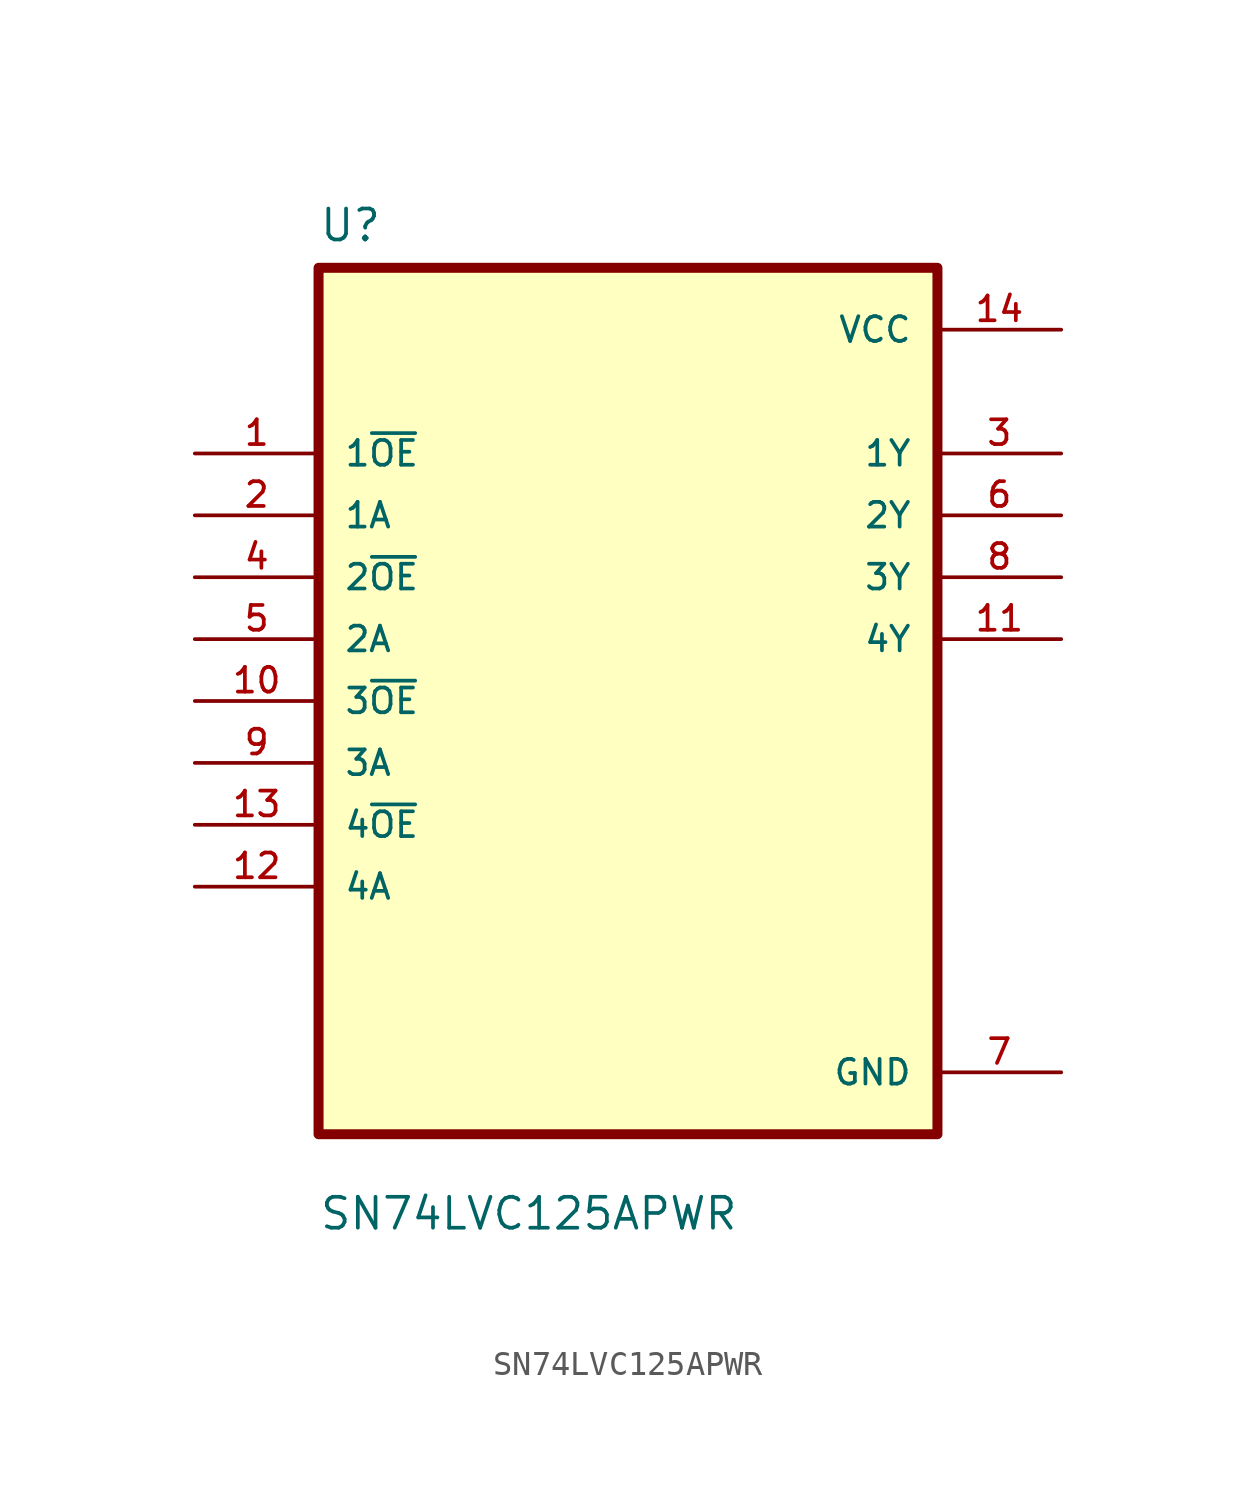
<source format=kicad_sym>
(kicad_symbol_lib
  (version 20211014)
  (generator kicad_symbol_editor)
  (symbol "SN74LVC125APWR"
    (pin_names
      (offset 1.016))
    (property "Reference" "U"
      (at -12.7 18.78 0.0)
      (effects (font (size 1.27 1.27)) (justify bottom left)))
    (property "Value" "SN74LVC125APWR"
      (at -12.7 -21.78 0.0)
      (effects (font (size 1.27 1.27)) (justify bottom left)))
    (symbol "SN74LVC125APWR_0_0"
      (rectangle (start -12.7 -17.78) (end 12.7 17.78) (stroke (width 0.41)) (fill (type background)))
      (pin input line (at -17.78 10.16 0) (length 5.08) (name "1~{OE}" (effects (font (size 1.016 1.016)))) (number "1" (effects (font (size 1.016 1.016)))))
      (pin input line (at -17.78 7.62 0) (length 5.08) (name "1A" (effects (font (size 1.016 1.016)))) (number "2" (effects (font (size 1.016 1.016)))))
      (pin input line (at -17.78 5.08 0) (length 5.08) (name "2~{OE}" (effects (font (size 1.016 1.016)))) (number "4" (effects (font (size 1.016 1.016)))))
      (pin input line (at -17.78 2.54 0) (length 5.08) (name "2A" (effects (font (size 1.016 1.016)))) (number "5" (effects (font (size 1.016 1.016)))))
      (pin input line (at -17.78 0.0 0) (length 5.08) (name "3~{OE}" (effects (font (size 1.016 1.016)))) (number "10" (effects (font (size 1.016 1.016)))))
      (pin input line (at -17.78 -2.54 0) (length 5.08) (name "3A" (effects (font (size 1.016 1.016)))) (number "9" (effects (font (size 1.016 1.016)))))
      (pin input line (at -17.78 -5.08 0) (length 5.08) (name "4~{OE}" (effects (font (size 1.016 1.016)))) (number "13" (effects (font (size 1.016 1.016)))))
      (pin input line (at -17.78 -7.62 0) (length 5.08) (name "4A" (effects (font (size 1.016 1.016)))) (number "12" (effects (font (size 1.016 1.016)))))
      (pin power_in line (at 17.78 15.24 180.0) (length 5.08) (name "VCC" (effects (font (size 1.016 1.016)))) (number "14" (effects (font (size 1.016 1.016)))))
      (pin output line (at 17.78 10.16 180.0) (length 5.08) (name "1Y" (effects (font (size 1.016 1.016)))) (number "3" (effects (font (size 1.016 1.016)))))
      (pin output line (at 17.78 7.62 180.0) (length 5.08) (name "2Y" (effects (font (size 1.016 1.016)))) (number "6" (effects (font (size 1.016 1.016)))))
      (pin output line (at 17.78 5.08 180.0) (length 5.08) (name "3Y" (effects (font (size 1.016 1.016)))) (number "8" (effects (font (size 1.016 1.016)))))
      (pin output line (at 17.78 2.54 180.0) (length 5.08) (name "4Y" (effects (font (size 1.016 1.016)))) (number "11" (effects (font (size 1.016 1.016)))))
      (pin power_in line (at 17.78 -15.24 180.0) (length 5.08) (name "GND" (effects (font (size 1.016 1.016)))) (number "7" (effects (font (size 1.016 1.016))))))))
</source>
